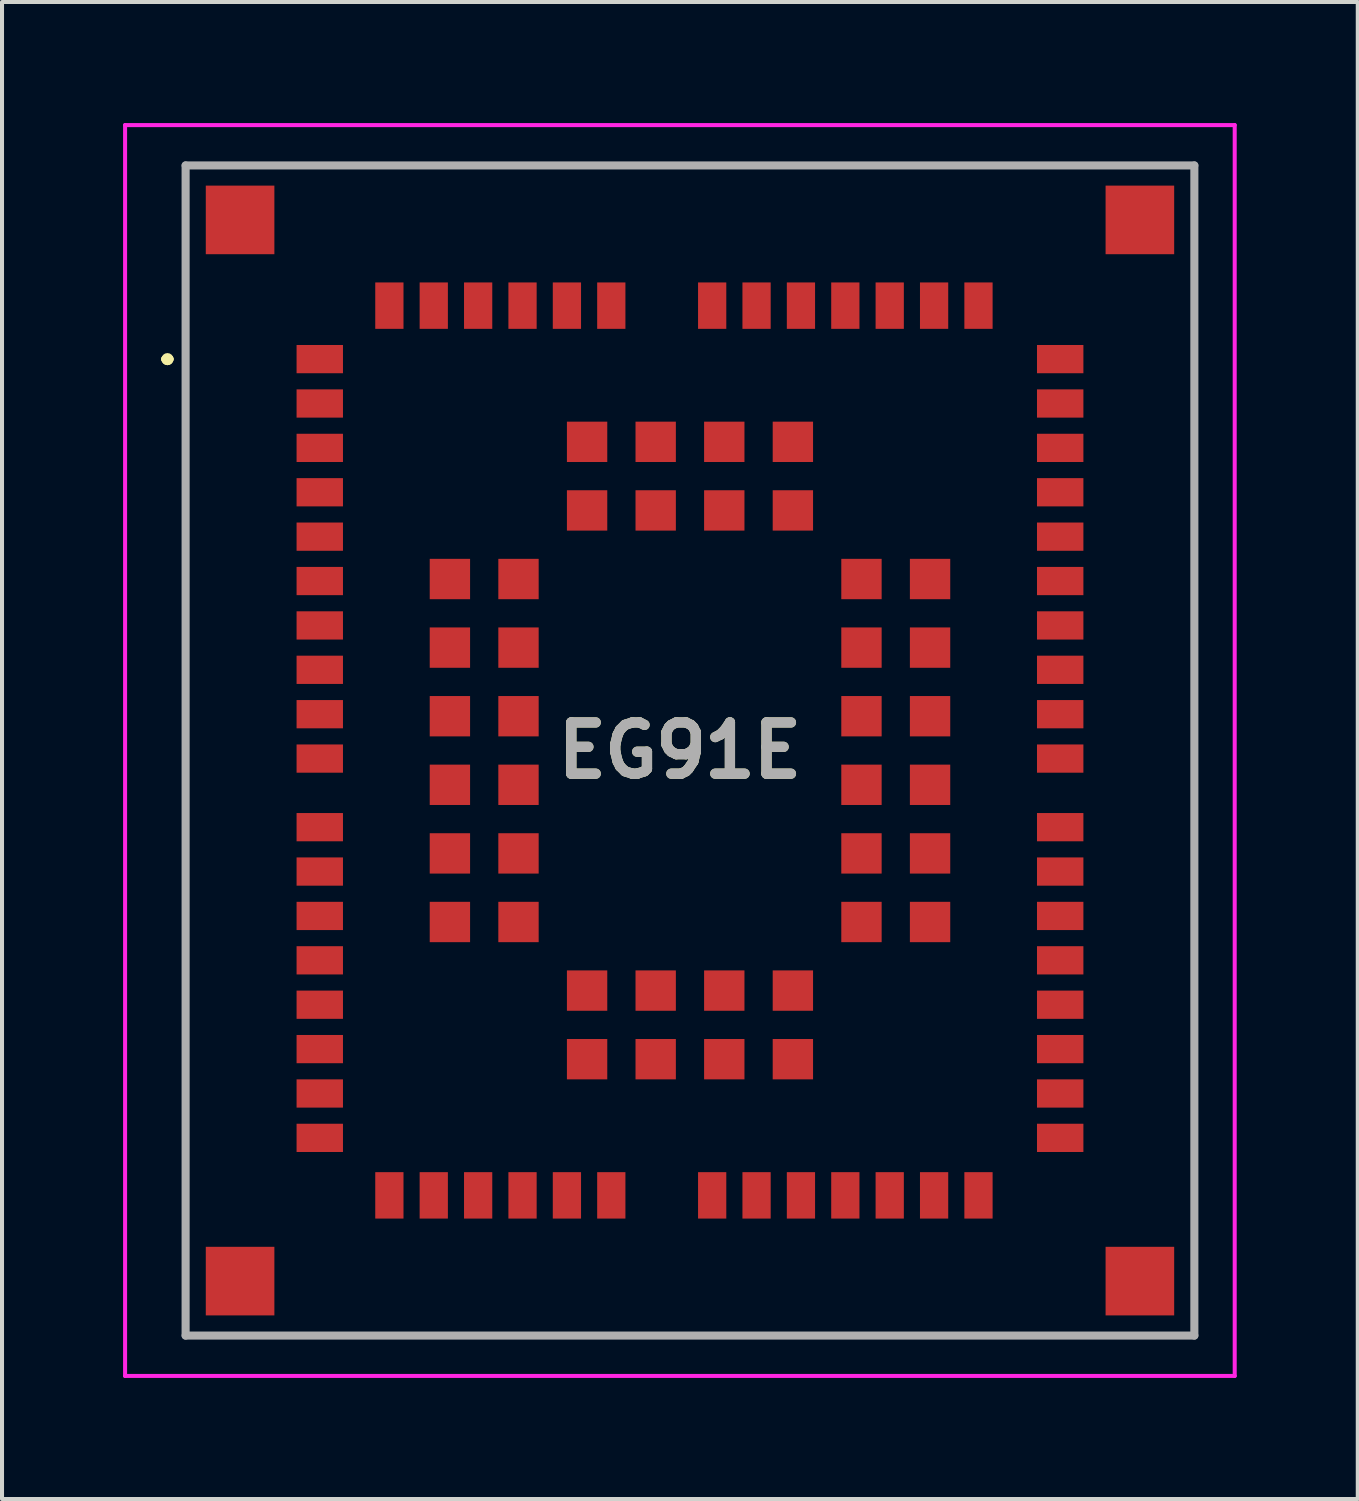
<source format=kicad_pcb>
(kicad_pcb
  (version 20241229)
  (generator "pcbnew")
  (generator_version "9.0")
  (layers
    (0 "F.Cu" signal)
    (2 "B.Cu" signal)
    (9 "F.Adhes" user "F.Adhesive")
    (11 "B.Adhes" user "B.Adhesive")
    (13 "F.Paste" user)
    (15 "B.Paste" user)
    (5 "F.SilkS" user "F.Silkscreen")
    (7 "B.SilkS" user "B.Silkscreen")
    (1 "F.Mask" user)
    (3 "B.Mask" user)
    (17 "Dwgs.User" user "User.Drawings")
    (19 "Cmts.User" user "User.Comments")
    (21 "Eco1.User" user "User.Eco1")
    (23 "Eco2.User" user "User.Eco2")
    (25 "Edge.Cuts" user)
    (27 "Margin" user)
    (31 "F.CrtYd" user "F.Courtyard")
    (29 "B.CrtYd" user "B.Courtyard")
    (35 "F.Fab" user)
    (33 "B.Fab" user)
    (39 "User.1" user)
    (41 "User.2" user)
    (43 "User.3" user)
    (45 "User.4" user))
  (footprint "EG91E"
    (layer "F.Cu")
    (at 14.05 15.55)
    (property "Reference" "EG91E" (at -0.25 0 0) (layer "F.SilkS") (effects (font (size 1.27 1.27) (thickness 0.254))))
    (attr smd)
    (fp_line (start -13 -9.7) (end -13 -9.7) (stroke (width 0.2) (type solid)) (layer "F.SilkS"))
    (fp_line (start -13 -9.7) (end -13 -9.7) (stroke (width 0.2) (type solid)) (layer "F.SilkS"))
    (fp_line (start -12.9 -9.7) (end -12.9 -9.7) (stroke (width 0.2) (type solid)) (layer "F.SilkS"))
    (fp_line (start -12.5 -14.5) (end 12.5 -14.5) (stroke (width 0.1) (type solid)) (layer "F.SilkS"))
    (fp_line (start -12.5 14.5) (end -12.5 -14.5) (stroke (width 0.1) (type solid)) (layer "F.SilkS"))
    (fp_line (start 12.5 -14.5) (end 12.5 14.5) (stroke (width 0.1) (type solid)) (layer "F.SilkS"))
    (fp_line (start 12.5 14.5) (end -12.5 14.5) (stroke (width 0.1) (type solid)) (layer "F.SilkS"))
    (fp_arc (start -13 -9.7) (mid -12.95 -9.75) (end -12.9 -9.7) (stroke (width 0.2) (type solid)) (layer "F.SilkS"))
    (fp_arc (start -12.9 -9.7) (mid -12.95 -9.65) (end -13 -9.7) (stroke (width 0.2) (type solid)) (layer "F.SilkS"))
    (fp_arc (start -12.9 -9.7) (mid -12.95 -9.65) (end -13 -9.7) (stroke (width 0.2) (type solid)) (layer "F.SilkS"))
    (fp_line (start -14 -15.5) (end 13.5 -15.5) (stroke (width 0.1) (type solid)) (layer "F.CrtYd"))
    (fp_line (start -14 15.5) (end -14 -15.5) (stroke (width 0.1) (type solid)) (layer "F.CrtYd"))
    (fp_line (start 13.5 -15.5) (end 13.5 15.5) (stroke (width 0.1) (type solid)) (layer "F.CrtYd"))
    (fp_line (start 13.5 15.5) (end -14 15.5) (stroke (width 0.1) (type solid)) (layer "F.CrtYd"))
    (fp_line (start -12.5 -14.5) (end -12.5 14.5) (stroke (width 0.2) (type solid)) (layer "F.Fab"))
    (fp_line (start -12.5 14.5) (end 12.5 14.5) (stroke (width 0.2) (type solid)) (layer "F.Fab"))
    (fp_line (start 12.5 -14.5) (end -12.5 -14.5) (stroke (width 0.2) (type solid)) (layer "F.Fab"))
    (fp_line (start 12.5 14.5) (end 12.5 -14.5) (stroke (width 0.2) (type solid)) (layer "F.Fab"))
    (fp_text user "${REFERENCE}" (at -0.25 0 0) (layer "F.Fab") (effects (font (size 1.27 1.27) (thickness 0.254))))
    (pad "1" smd rect (at -9.175 -9.7 90) (size 0.7 1.15) (layers "F.Cu" "F.Mask" "F.Paste"))
    (pad "2" smd rect (at -9.175 -8.6 90) (size 0.7 1.15) (layers "F.Cu" "F.Mask" "F.Paste"))
    (pad "3" smd rect (at -9.175 -7.5 90) (size 0.7 1.15) (layers "F.Cu" "F.Mask" "F.Paste"))
    (pad "4" smd rect (at -9.175 -6.4 90) (size 0.7 1.15) (layers "F.Cu" "F.Mask" "F.Paste"))
    (pad "5" smd rect (at -9.175 -5.3 90) (size 0.7 1.15) (layers "F.Cu" "F.Mask" "F.Paste"))
    (pad "6" smd rect (at -9.175 -4.2 90) (size 0.7 1.15) (layers "F.Cu" "F.Mask" "F.Paste"))
    (pad "7" smd rect (at -9.175 -3.1 90) (size 0.7 1.15) (layers "F.Cu" "F.Mask" "F.Paste"))
    (pad "8" smd rect (at -9.175 -2 90) (size 0.7 1.15) (layers "F.Cu" "F.Mask" "F.Paste"))
    (pad "9" smd rect (at -9.175 -0.9 90) (size 0.7 1.15) (layers "F.Cu" "F.Mask" "F.Paste"))
    (pad "10" smd rect (at -9.175 0.2 90) (size 0.7 1.15) (layers "F.Cu" "F.Mask" "F.Paste"))
    (pad "11" smd rect (at -9.175 1.9 90) (size 0.7 1.15) (layers "F.Cu" "F.Mask" "F.Paste"))
    (pad "12" smd rect (at -9.175 3 90) (size 0.7 1.15) (layers "F.Cu" "F.Mask" "F.Paste"))
    (pad "13" smd rect (at -9.175 4.1 90) (size 0.7 1.15) (layers "F.Cu" "F.Mask" "F.Paste"))
    (pad "14" smd rect (at -9.175 5.2 90) (size 0.7 1.15) (layers "F.Cu" "F.Mask" "F.Paste"))
    (pad "15" smd rect (at -9.175 6.3 90) (size 0.7 1.15) (layers "F.Cu" "F.Mask" "F.Paste"))
    (pad "16" smd rect (at -9.175 7.4 90) (size 0.7 1.15) (layers "F.Cu" "F.Mask" "F.Paste"))
    (pad "17" smd rect (at -9.175 8.5 90) (size 0.7 1.15) (layers "F.Cu" "F.Mask" "F.Paste"))
    (pad "18" smd rect (at -9.175 9.6 90) (size 0.7 1.15) (layers "F.Cu" "F.Mask" "F.Paste"))
    (pad "19" smd rect (at -7.45 11.025) (size 0.7 1.15) (layers "F.Cu" "F.Mask" "F.Paste"))
    (pad "20" smd rect (at -6.35 11.025) (size 0.7 1.15) (layers "F.Cu" "F.Mask" "F.Paste"))
    (pad "21" smd rect (at -5.25 11.025) (size 0.7 1.15) (layers "F.Cu" "F.Mask" "F.Paste"))
    (pad "22" smd rect (at -4.15 11.025) (size 0.7 1.15) (layers "F.Cu" "F.Mask" "F.Paste"))
    (pad "23" smd rect (at -3.05 11.025) (size 0.7 1.15) (layers "F.Cu" "F.Mask" "F.Paste"))
    (pad "24" smd rect (at -1.95 11.025) (size 0.7 1.15) (layers "F.Cu" "F.Mask" "F.Paste"))
    (pad "25" smd rect (at 0.55 11.025) (size 0.7 1.15) (layers "F.Cu" "F.Mask" "F.Paste"))
    (pad "26" smd rect (at 1.65 11.025) (size 0.7 1.15) (layers "F.Cu" "F.Mask" "F.Paste"))
    (pad "27" smd rect (at 2.75 11.025) (size 0.7 1.15) (layers "F.Cu" "F.Mask" "F.Paste"))
    (pad "28" smd rect (at 3.85 11.025) (size 0.7 1.15) (layers "F.Cu" "F.Mask" "F.Paste"))
    (pad "29" smd rect (at 4.95 11.025) (size 0.7 1.15) (layers "F.Cu" "F.Mask" "F.Paste"))
    (pad "30" smd rect (at 6.05 11.025) (size 0.7 1.15) (layers "F.Cu" "F.Mask" "F.Paste"))
    (pad "31" smd rect (at 7.15 11.025) (size 0.7 1.15) (layers "F.Cu" "F.Mask" "F.Paste"))
    (pad "32" smd rect (at 9.175 9.6 90) (size 0.7 1.15) (layers "F.Cu" "F.Mask" "F.Paste"))
    (pad "33" smd rect (at 9.175 8.5 90) (size 0.7 1.15) (layers "F.Cu" "F.Mask" "F.Paste"))
    (pad "34" smd rect (at 9.175 7.4 90) (size 0.7 1.15) (layers "F.Cu" "F.Mask" "F.Paste"))
    (pad "35" smd rect (at 9.175 6.3 90) (size 0.7 1.15) (layers "F.Cu" "F.Mask" "F.Paste"))
    (pad "36" smd rect (at 9.175 5.2 90) (size 0.7 1.15) (layers "F.Cu" "F.Mask" "F.Paste"))
    (pad "37" smd rect (at 9.175 4.1 90) (size 0.7 1.15) (layers "F.Cu" "F.Mask" "F.Paste"))
    (pad "38" smd rect (at 9.175 3 90) (size 0.7 1.15) (layers "F.Cu" "F.Mask" "F.Paste"))
    (pad "39" smd rect (at 9.175 1.9 90) (size 0.7 1.15) (layers "F.Cu" "F.Mask" "F.Paste"))
    (pad "40" smd rect (at 9.175 0.2 90) (size 0.7 1.15) (layers "F.Cu" "F.Mask" "F.Paste"))
    (pad "41" smd rect (at 9.175 -0.9 90) (size 0.7 1.15) (layers "F.Cu" "F.Mask" "F.Paste"))
    (pad "42" smd rect (at 9.175 -2 90) (size 0.7 1.15) (layers "F.Cu" "F.Mask" "F.Paste"))
    (pad "43" smd rect (at 9.175 -3.1 90) (size 0.7 1.15) (layers "F.Cu" "F.Mask" "F.Paste"))
    (pad "44" smd rect (at 9.175 -4.2 90) (size 0.7 1.15) (layers "F.Cu" "F.Mask" "F.Paste"))
    (pad "45" smd rect (at 9.175 -5.3 90) (size 0.7 1.15) (layers "F.Cu" "F.Mask" "F.Paste"))
    (pad "46" smd rect (at 9.175 -6.4 90) (size 0.7 1.15) (layers "F.Cu" "F.Mask" "F.Paste"))
    (pad "47" smd rect (at 9.175 -7.5 90) (size 0.7 1.15) (layers "F.Cu" "F.Mask" "F.Paste"))
    (pad "48" smd rect (at 9.175 -8.6 90) (size 0.7 1.15) (layers "F.Cu" "F.Mask" "F.Paste"))
    (pad "49" smd rect (at 9.175 -9.7 90) (size 0.7 1.15) (layers "F.Cu" "F.Mask" "F.Paste"))
    (pad "50" smd rect (at 7.15 -11.025) (size 0.7 1.15) (layers "F.Cu" "F.Mask" "F.Paste"))
    (pad "51" smd rect (at 6.05 -11.025) (size 0.7 1.15) (layers "F.Cu" "F.Mask" "F.Paste"))
    (pad "52" smd rect (at 4.95 -11.025) (size 0.7 1.15) (layers "F.Cu" "F.Mask" "F.Paste"))
    (pad "53" smd rect (at 3.85 -11.025) (size 0.7 1.15) (layers "F.Cu" "F.Mask" "F.Paste"))
    (pad "54" smd rect (at 2.75 -11.025) (size 0.7 1.15) (layers "F.Cu" "F.Mask" "F.Paste"))
    (pad "55" smd rect (at 1.65 -11.025) (size 0.7 1.15) (layers "F.Cu" "F.Mask" "F.Paste"))
    (pad "56" smd rect (at 0.55 -11.025) (size 0.7 1.15) (layers "F.Cu" "F.Mask" "F.Paste"))
    (pad "57" smd rect (at -1.95 -11.025) (size 0.7 1.15) (layers "F.Cu" "F.Mask" "F.Paste"))
    (pad "58" smd rect (at -3.05 -11.025) (size 0.7 1.15) (layers "F.Cu" "F.Mask" "F.Paste"))
    (pad "59" smd rect (at -4.15 -11.025) (size 0.7 1.15) (layers "F.Cu" "F.Mask" "F.Paste"))
    (pad "60" smd rect (at -5.25 -11.025) (size 0.7 1.15) (layers "F.Cu" "F.Mask" "F.Paste"))
    (pad "61" smd rect (at -6.35 -11.025) (size 0.7 1.15) (layers "F.Cu" "F.Mask" "F.Paste"))
    (pad "62" smd rect (at -7.45 -11.025) (size 0.7 1.15) (layers "F.Cu" "F.Mask" "F.Paste"))
    (pad "63" smd rect (at -5.95 -4.25 90) (size 1 1) (layers "F.Cu" "F.Mask" "F.Paste"))
    (pad "64" smd rect (at -5.95 -2.55 90) (size 1 1) (layers "F.Cu" "F.Mask" "F.Paste"))
    (pad "65" smd rect (at -5.95 -0.85 90) (size 1 1) (layers "F.Cu" "F.Mask" "F.Paste"))
    (pad "66" smd rect (at -5.95 0.85 90) (size 1 1) (layers "F.Cu" "F.Mask" "F.Paste"))
    (pad "67" smd rect (at -5.95 2.55 90) (size 1 1) (layers "F.Cu" "F.Mask" "F.Paste"))
    (pad "68" smd rect (at -5.95 4.25 90) (size 1 1) (layers "F.Cu" "F.Mask" "F.Paste"))
    (pad "69" smd rect (at -2.55 7.65 90) (size 1 1) (layers "F.Cu" "F.Mask" "F.Paste"))
    (pad "70" smd rect (at -0.85 7.65 90) (size 1 1) (layers "F.Cu" "F.Mask" "F.Paste"))
    (pad "71" smd rect (at 0.85 7.65 90) (size 1 1) (layers "F.Cu" "F.Mask" "F.Paste"))
    (pad "72" smd rect (at 2.55 7.65 90) (size 1 1) (layers "F.Cu" "F.Mask" "F.Paste"))
    (pad "73" smd rect (at 5.95 4.25 90) (size 1 1) (layers "F.Cu" "F.Mask" "F.Paste"))
    (pad "74" smd rect (at 5.95 2.55 90) (size 1 1) (layers "F.Cu" "F.Mask" "F.Paste"))
    (pad "75" smd rect (at 5.95 0.85 90) (size 1 1) (layers "F.Cu" "F.Mask" "F.Paste"))
    (pad "76" smd rect (at 5.95 -0.85 90) (size 1 1) (layers "F.Cu" "F.Mask" "F.Paste"))
    (pad "77" smd rect (at 5.95 -2.55 90) (size 1 1) (layers "F.Cu" "F.Mask" "F.Paste"))
    (pad "78" smd rect (at 5.95 -4.25 90) (size 1 1) (layers "F.Cu" "F.Mask" "F.Paste"))
    (pad "79" smd rect (at 2.55 -7.65 90) (size 1 1) (layers "F.Cu" "F.Mask" "F.Paste"))
    (pad "80" smd rect (at 0.85 -7.65 90) (size 1 1) (layers "F.Cu" "F.Mask" "F.Paste"))
    (pad "81" smd rect (at -0.85 -7.65 90) (size 1 1) (layers "F.Cu" "F.Mask" "F.Paste"))
    (pad "82" smd rect (at -2.55 -7.65 90) (size 1 1) (layers "F.Cu" "F.Mask" "F.Paste"))
    (pad "83" smd rect (at -4.25 -4.25 90) (size 1 1) (layers "F.Cu" "F.Mask" "F.Paste"))
    (pad "84" smd rect (at -4.25 -2.55 90) (size 1 1) (layers "F.Cu" "F.Mask" "F.Paste"))
    (pad "85" smd rect (at -4.25 -0.85 90) (size 1 1) (layers "F.Cu" "F.Mask" "F.Paste"))
    (pad "86" smd rect (at -4.25 0.85 90) (size 1 1) (layers "F.Cu" "F.Mask" "F.Paste"))
    (pad "87" smd rect (at -4.25 2.55 90) (size 1 1) (layers "F.Cu" "F.Mask" "F.Paste"))
    (pad "88" smd rect (at -4.25 4.25 90) (size 1 1) (layers "F.Cu" "F.Mask" "F.Paste"))
    (pad "89" smd rect (at -2.55 5.95 90) (size 1 1) (layers "F.Cu" "F.Mask" "F.Paste"))
    (pad "90" smd rect (at -0.85 5.95 90) (size 1 1) (layers "F.Cu" "F.Mask" "F.Paste"))
    (pad "91" smd rect (at 0.85 5.95 90) (size 1 1) (layers "F.Cu" "F.Mask" "F.Paste"))
    (pad "92" smd rect (at 2.55 5.95 90) (size 1 1) (layers "F.Cu" "F.Mask" "F.Paste"))
    (pad "93" smd rect (at 4.25 4.25 90) (size 1 1) (layers "F.Cu" "F.Mask" "F.Paste"))
    (pad "94" smd rect (at 4.25 2.55 90) (size 1 1) (layers "F.Cu" "F.Mask" "F.Paste"))
    (pad "95" smd rect (at 4.25 0.85 90) (size 1 1) (layers "F.Cu" "F.Mask" "F.Paste"))
    (pad "96" smd rect (at 4.25 -0.85 90) (size 1 1) (layers "F.Cu" "F.Mask" "F.Paste"))
    (pad "97" smd rect (at 4.25 -2.55 90) (size 1 1) (layers "F.Cu" "F.Mask" "F.Paste"))
    (pad "98" smd rect (at 4.25 -4.25 90) (size 1 1) (layers "F.Cu" "F.Mask" "F.Paste"))
    (pad "99" smd rect (at 2.55 -5.95 90) (size 1 1) (layers "F.Cu" "F.Mask" "F.Paste"))
    (pad "100" smd rect (at 0.85 -5.95 90) (size 1 1) (layers "F.Cu" "F.Mask" "F.Paste"))
    (pad "101" smd rect (at -0.85 -5.95 90) (size 1 1) (layers "F.Cu" "F.Mask" "F.Paste"))
    (pad "102" smd rect (at -2.55 -5.95 90) (size 1 1) (layers "F.Cu" "F.Mask" "F.Paste"))
    (pad "103" smd rect (at -11.15 -13.15 90) (size 1.7 1.7) (layers "F.Cu" "F.Mask" "F.Paste"))
    (pad "104" smd rect (at -11.15 13.15 90) (size 1.7 1.7) (layers "F.Cu" "F.Mask" "F.Paste"))
    (pad "105" smd rect (at 11.15 13.15 90) (size 1.7 1.7) (layers "F.Cu" "F.Mask" "F.Paste"))
    (pad "106" smd rect (at 11.15 -13.15 90) (size 1.7 1.7) (layers "F.Cu" "F.Mask" "F.Paste")))
  (gr_rect
    (start -3 -3)
    (end 30.6 34.1)
    (stroke (width 0.1) (type default))
    (fill no)
    (layer "Edge.Cuts")))
</source>
